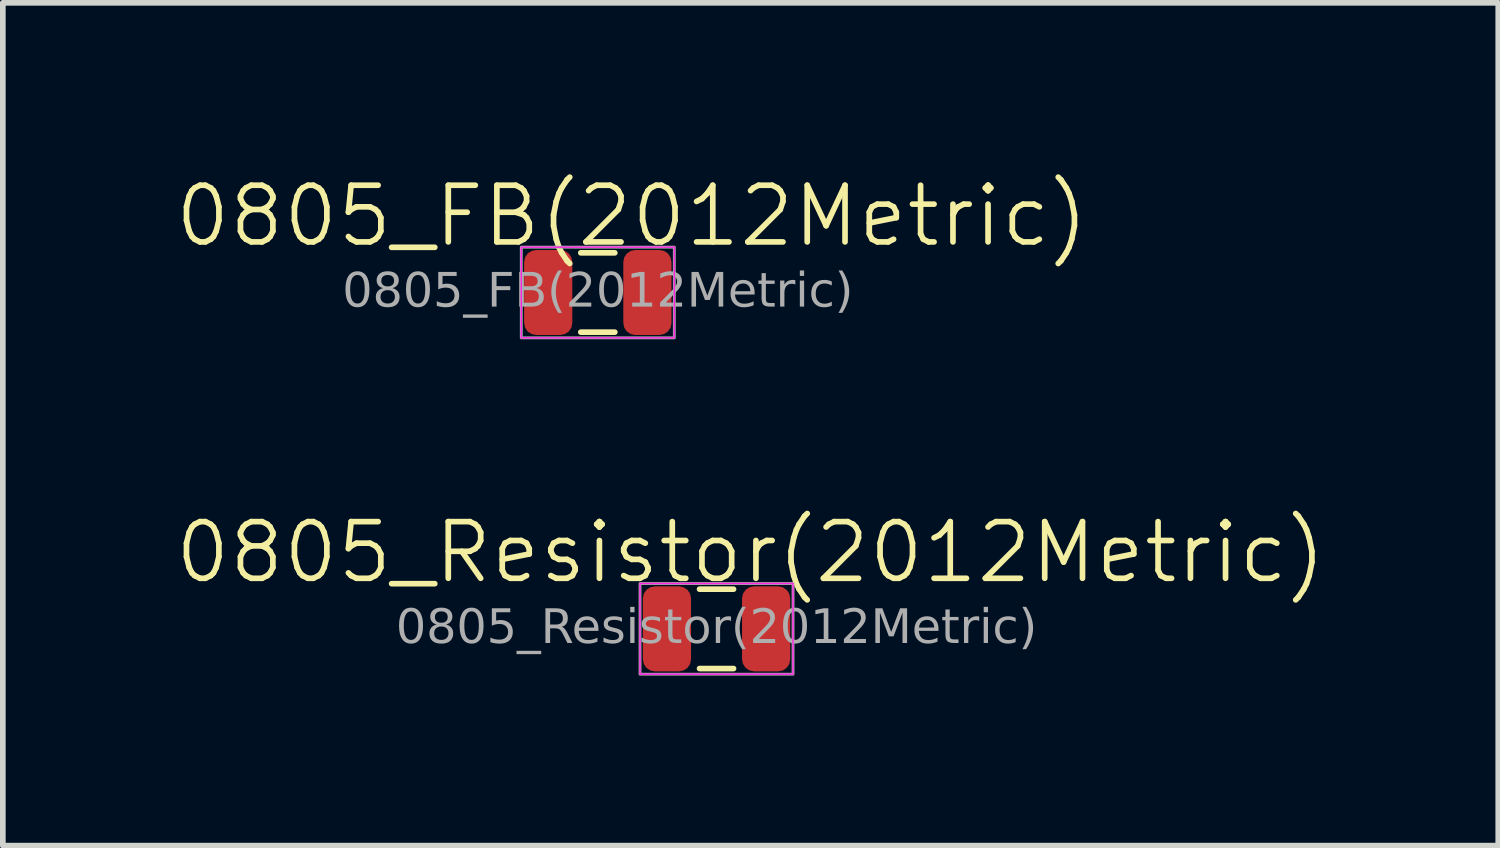
<source format=kicad_pcb>
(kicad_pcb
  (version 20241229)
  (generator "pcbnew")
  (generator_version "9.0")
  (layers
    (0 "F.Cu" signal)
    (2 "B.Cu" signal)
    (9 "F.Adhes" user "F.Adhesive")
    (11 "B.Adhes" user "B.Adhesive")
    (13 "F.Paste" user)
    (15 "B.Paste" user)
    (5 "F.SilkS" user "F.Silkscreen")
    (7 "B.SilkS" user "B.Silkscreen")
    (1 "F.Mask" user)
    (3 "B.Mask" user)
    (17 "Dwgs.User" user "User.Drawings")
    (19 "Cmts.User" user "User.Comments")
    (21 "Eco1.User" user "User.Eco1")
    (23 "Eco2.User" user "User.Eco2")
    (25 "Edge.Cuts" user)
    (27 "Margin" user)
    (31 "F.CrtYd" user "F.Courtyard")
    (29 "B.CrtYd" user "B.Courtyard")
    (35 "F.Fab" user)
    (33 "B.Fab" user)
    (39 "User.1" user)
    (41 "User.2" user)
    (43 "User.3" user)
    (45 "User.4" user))
  (footprint "0805_Resistor(2012Metric)"
    (layer "F.Cu")
    (at 9.593 8.046)
    (property "Reference" "0805_Resistor(2012Metric)" (at 0.6 -1.35 0) (unlocked yes) (layer "F.SilkS") (effects (font (size 1 1) (thickness 0.1))))
    (attr smd)
    (fp_line (start 0.3 -0.7) (end -0.3 -0.7) (stroke (width 0.1) (type default)) (layer "F.SilkS"))
    (fp_line (start 0.3 0.7) (end -0.3 0.7) (stroke (width 0.1) (type default)) (layer "F.SilkS"))
    (fp_rect (start -1.35 -0.8) (end 1.35 0.8) (stroke (width 0.025) (type default)) (fill no) (layer "F.CrtYd"))
    (fp_rect (start -1.35 -0.8) (end 1.35 0.8) (stroke (width 0.05) (type default)) (fill no) (layer "F.Fab"))
    (fp_text user "${REFERENCE}" (at 0 0 0) (unlocked yes) (layer "F.Fab") (effects (font (face "Arial") (size 0.6 0.6) (thickness 0.15))))
    (pad "1" smd roundrect (at -0.875 0) (size 0.85 1.5) (layers "F.Cu" "F.Mask" "F.Paste") (roundrect_rratio 0.25))
    (pad "2" smd roundrect (at 0.875 0) (size 0.85 1.5) (layers "F.Cu" "F.Mask" "F.Paste") (roundrect_rratio 0.25)))
  (footprint "0805_FB(2012Metric)"
    (layer "F.Cu")
    (at 7.498 2.111)
    (property "Reference" "0805_FB(2012Metric)" (at 0.6 -1.35 0) (unlocked yes) (layer "F.SilkS") (effects (font (size 1 1) (thickness 0.1))))
    (attr smd)
    (fp_line (start 0.3 -0.7) (end -0.3 -0.7) (stroke (width 0.1) (type default)) (layer "F.SilkS"))
    (fp_line (start 0.3 0.7) (end -0.3 0.7) (stroke (width 0.1) (type default)) (layer "F.SilkS"))
    (fp_rect (start -1.35 -0.8) (end 1.35 0.8) (stroke (width 0.025) (type default)) (fill no) (layer "F.CrtYd"))
    (fp_rect (start -1.35 -0.8) (end 1.35 0.8) (stroke (width 0.05) (type default)) (fill no) (layer "F.Fab"))
    (fp_text user "${REFERENCE}" (at 0 0 0) (unlocked yes) (layer "F.Fab") (effects (font (face "Arial") (size 0.6 0.6) (thickness 0.15))))
    (pad "1" smd roundrect (at -0.875 0) (size 0.85 1.5) (layers "F.Cu" "F.Mask" "F.Paste") (roundrect_rratio 0.25))
    (pad "2" smd roundrect (at 0.875 0) (size 0.85 1.5) (layers "F.Cu" "F.Mask" "F.Paste") (roundrect_rratio 0.25)))
  (gr_rect
    (start -3 -3)
    (end 23.386 11.871)
    (stroke (width 0.1) (type default))
    (fill no)
    (layer "Edge.Cuts")))
</source>
